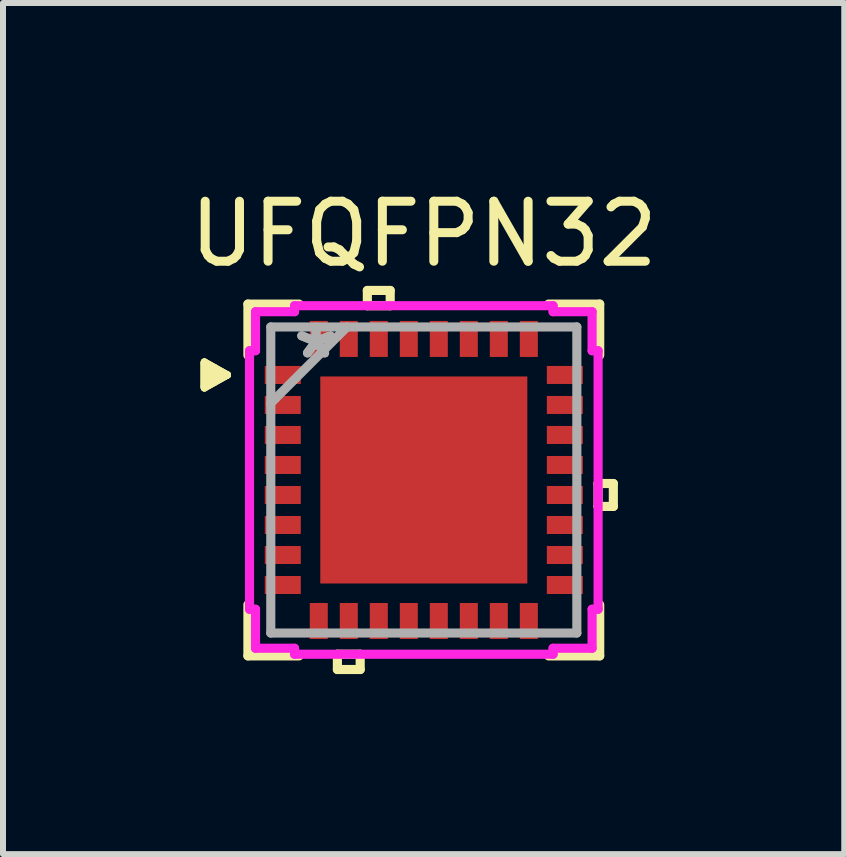
<source format=kicad_pcb>
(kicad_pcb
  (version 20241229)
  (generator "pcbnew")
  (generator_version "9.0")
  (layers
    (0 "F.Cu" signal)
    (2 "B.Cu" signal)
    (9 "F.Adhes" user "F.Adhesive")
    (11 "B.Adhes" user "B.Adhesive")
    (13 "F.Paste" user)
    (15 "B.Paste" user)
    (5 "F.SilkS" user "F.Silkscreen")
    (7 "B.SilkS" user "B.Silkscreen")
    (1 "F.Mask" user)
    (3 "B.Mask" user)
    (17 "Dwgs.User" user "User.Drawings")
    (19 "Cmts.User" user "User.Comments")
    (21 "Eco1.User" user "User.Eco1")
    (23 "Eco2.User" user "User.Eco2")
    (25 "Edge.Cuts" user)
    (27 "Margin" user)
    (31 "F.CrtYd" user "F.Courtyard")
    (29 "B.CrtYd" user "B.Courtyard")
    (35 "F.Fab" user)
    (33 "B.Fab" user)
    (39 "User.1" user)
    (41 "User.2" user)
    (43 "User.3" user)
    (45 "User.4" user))
  (footprint "UFQFPN32"
    (layer "F.Cu")
    (at 4.012 4.948)
    (property "Reference" "UFQFPN32" (at 0 -4.1 0) (layer "F.SilkS") (effects (font (size 1 1) (thickness 0.15))))
    (attr through_hole)
    (fp_line (start -2.65 -1.9) (end -2.65 -1.6) (stroke (width 0.152) (type solid)) (layer "F.Mask"))
    (fp_line (start -2.65 -1.6) (end -2.05 -1.6) (stroke (width 0.152) (type solid)) (layer "F.Mask"))
    (fp_line (start -2.65 -1.4) (end -2.65 -1.1) (stroke (width 0.152) (type solid)) (layer "F.Mask"))
    (fp_line (start -2.65 -1.1) (end -2.05 -1.1) (stroke (width 0.152) (type solid)) (layer "F.Mask"))
    (fp_line (start -2.65 -0.9) (end -2.65 -0.6) (stroke (width 0.152) (type solid)) (layer "F.Mask"))
    (fp_line (start -2.65 -0.6) (end -2.05 -0.6) (stroke (width 0.152) (type solid)) (layer "F.Mask"))
    (fp_line (start -2.65 -0.4) (end -2.65 -0.1) (stroke (width 0.152) (type solid)) (layer "F.Mask"))
    (fp_line (start -2.65 -0.1) (end -2.05 -0.1) (stroke (width 0.152) (type solid)) (layer "F.Mask"))
    (fp_line (start -2.65 0.1) (end -2.65 0.4) (stroke (width 0.152) (type solid)) (layer "F.Mask"))
    (fp_line (start -2.65 0.4) (end -2.05 0.4) (stroke (width 0.152) (type solid)) (layer "F.Mask"))
    (fp_line (start -2.65 0.6) (end -2.65 0.9) (stroke (width 0.152) (type solid)) (layer "F.Mask"))
    (fp_line (start -2.65 0.9) (end -2.05 0.9) (stroke (width 0.152) (type solid)) (layer "F.Mask"))
    (fp_line (start -2.65 1.1) (end -2.65 1.4) (stroke (width 0.152) (type solid)) (layer "F.Mask"))
    (fp_line (start -2.65 1.4) (end -2.05 1.4) (stroke (width 0.152) (type solid)) (layer "F.Mask"))
    (fp_line (start -2.65 1.6) (end -2.65 1.9) (stroke (width 0.152) (type solid)) (layer "F.Mask"))
    (fp_line (start -2.65 1.9) (end -2.05 1.9) (stroke (width 0.152) (type solid)) (layer "F.Mask"))
    (fp_line (start -2.05 -1.9) (end -2.65 -1.9) (stroke (width 0.152) (type solid)) (layer "F.Mask"))
    (fp_line (start -2.05 -1.6) (end -2.05 -1.9) (stroke (width 0.152) (type solid)) (layer "F.Mask"))
    (fp_line (start -2.05 -1.4) (end -2.65 -1.4) (stroke (width 0.152) (type solid)) (layer "F.Mask"))
    (fp_line (start -2.05 -1.1) (end -2.05 -1.4) (stroke (width 0.152) (type solid)) (layer "F.Mask"))
    (fp_line (start -2.05 -0.9) (end -2.65 -0.9) (stroke (width 0.152) (type solid)) (layer "F.Mask"))
    (fp_line (start -2.05 -0.6) (end -2.05 -0.9) (stroke (width 0.152) (type solid)) (layer "F.Mask"))
    (fp_line (start -2.05 -0.4) (end -2.65 -0.4) (stroke (width 0.152) (type solid)) (layer "F.Mask"))
    (fp_line (start -2.05 -0.1) (end -2.05 -0.4) (stroke (width 0.152) (type solid)) (layer "F.Mask"))
    (fp_line (start -2.05 0.1) (end -2.65 0.1) (stroke (width 0.152) (type solid)) (layer "F.Mask"))
    (fp_line (start -2.05 0.4) (end -2.05 0.1) (stroke (width 0.152) (type solid)) (layer "F.Mask"))
    (fp_line (start -2.05 0.6) (end -2.65 0.6) (stroke (width 0.152) (type solid)) (layer "F.Mask"))
    (fp_line (start -2.05 0.9) (end -2.05 0.6) (stroke (width 0.152) (type solid)) (layer "F.Mask"))
    (fp_line (start -2.05 1.1) (end -2.65 1.1) (stroke (width 0.152) (type solid)) (layer "F.Mask"))
    (fp_line (start -2.05 1.4) (end -2.05 1.1) (stroke (width 0.152) (type solid)) (layer "F.Mask"))
    (fp_line (start -2.05 1.6) (end -2.65 1.6) (stroke (width 0.152) (type solid)) (layer "F.Mask"))
    (fp_line (start -2.05 1.9) (end -2.05 1.6) (stroke (width 0.152) (type solid)) (layer "F.Mask"))
    (fp_line (start -1.9 -2.65) (end -1.9 -2.05) (stroke (width 0.152) (type solid)) (layer "F.Mask"))
    (fp_line (start -1.9 -2.05) (end -1.6 -2.05) (stroke (width 0.152) (type solid)) (layer "F.Mask"))
    (fp_line (start -1.9 2.05) (end -1.9 2.65) (stroke (width 0.152) (type solid)) (layer "F.Mask"))
    (fp_line (start -1.9 2.65) (end -1.6 2.65) (stroke (width 0.152) (type solid)) (layer "F.Mask"))
    (fp_line (start -1.75 -1.75) (end -1.75 1.75) (stroke (width 0.12) (type solid)) (layer "F.Mask"))
    (fp_line (start -1.75 1.75) (end 1.75 1.75) (stroke (width 0.12) (type solid)) (layer "F.Mask"))
    (fp_line (start -1.6 -2.65) (end -1.9 -2.65) (stroke (width 0.152) (type solid)) (layer "F.Mask"))
    (fp_line (start -1.6 -2.05) (end -1.6 -2.65) (stroke (width 0.152) (type solid)) (layer "F.Mask"))
    (fp_line (start -1.6 2.05) (end -1.9 2.05) (stroke (width 0.152) (type solid)) (layer "F.Mask"))
    (fp_line (start -1.6 2.65) (end -1.6 2.05) (stroke (width 0.152) (type solid)) (layer "F.Mask"))
    (fp_line (start -1.4 -2.65) (end -1.4 -2.05) (stroke (width 0.152) (type solid)) (layer "F.Mask"))
    (fp_line (start -1.4 -2.05) (end -1.1 -2.05) (stroke (width 0.152) (type solid)) (layer "F.Mask"))
    (fp_line (start -1.4 2.05) (end -1.4 2.65) (stroke (width 0.152) (type solid)) (layer "F.Mask"))
    (fp_line (start -1.4 2.65) (end -1.1 2.65) (stroke (width 0.152) (type solid)) (layer "F.Mask"))
    (fp_line (start -1.1 -2.65) (end -1.4 -2.65) (stroke (width 0.152) (type solid)) (layer "F.Mask"))
    (fp_line (start -1.1 -2.05) (end -1.1 -2.65) (stroke (width 0.152) (type solid)) (layer "F.Mask"))
    (fp_line (start -1.1 2.05) (end -1.4 2.05) (stroke (width 0.152) (type solid)) (layer "F.Mask"))
    (fp_line (start -1.1 2.65) (end -1.1 2.05) (stroke (width 0.152) (type solid)) (layer "F.Mask"))
    (fp_line (start -0.9 -2.65) (end -0.9 -2.05) (stroke (width 0.152) (type solid)) (layer "F.Mask"))
    (fp_line (start -0.9 -2.05) (end -0.6 -2.05) (stroke (width 0.152) (type solid)) (layer "F.Mask"))
    (fp_line (start -0.9 2.05) (end -0.9 2.65) (stroke (width 0.152) (type solid)) (layer "F.Mask"))
    (fp_line (start -0.9 2.65) (end -0.6 2.65) (stroke (width 0.152) (type solid)) (layer "F.Mask"))
    (fp_line (start -0.6 -2.65) (end -0.9 -2.65) (stroke (width 0.152) (type solid)) (layer "F.Mask"))
    (fp_line (start -0.6 -2.05) (end -0.6 -2.65) (stroke (width 0.152) (type solid)) (layer "F.Mask"))
    (fp_line (start -0.6 2.05) (end -0.9 2.05) (stroke (width 0.152) (type solid)) (layer "F.Mask"))
    (fp_line (start -0.6 2.65) (end -0.6 2.05) (stroke (width 0.152) (type solid)) (layer "F.Mask"))
    (fp_line (start -0.4 -2.65) (end -0.4 -2.05) (stroke (width 0.152) (type solid)) (layer "F.Mask"))
    (fp_line (start -0.4 -2.05) (end -0.1 -2.05) (stroke (width 0.152) (type solid)) (layer "F.Mask"))
    (fp_line (start -0.4 2.05) (end -0.4 2.65) (stroke (width 0.152) (type solid)) (layer "F.Mask"))
    (fp_line (start -0.4 2.65) (end -0.1 2.65) (stroke (width 0.152) (type solid)) (layer "F.Mask"))
    (fp_line (start -0.1 -2.65) (end -0.4 -2.65) (stroke (width 0.152) (type solid)) (layer "F.Mask"))
    (fp_line (start -0.1 -2.05) (end -0.1 -2.65) (stroke (width 0.152) (type solid)) (layer "F.Mask"))
    (fp_line (start -0.1 2.05) (end -0.4 2.05) (stroke (width 0.152) (type solid)) (layer "F.Mask"))
    (fp_line (start -0.1 2.65) (end -0.1 2.05) (stroke (width 0.152) (type solid)) (layer "F.Mask"))
    (fp_line (start 0.1 -2.65) (end 0.1 -2.05) (stroke (width 0.152) (type solid)) (layer "F.Mask"))
    (fp_line (start 0.1 -2.05) (end 0.4 -2.05) (stroke (width 0.152) (type solid)) (layer "F.Mask"))
    (fp_line (start 0.1 2.05) (end 0.1 2.65) (stroke (width 0.152) (type solid)) (layer "F.Mask"))
    (fp_line (start 0.1 2.65) (end 0.4 2.65) (stroke (width 0.152) (type solid)) (layer "F.Mask"))
    (fp_line (start 0.4 -2.65) (end 0.1 -2.65) (stroke (width 0.152) (type solid)) (layer "F.Mask"))
    (fp_line (start 0.4 -2.05) (end 0.4 -2.65) (stroke (width 0.152) (type solid)) (layer "F.Mask"))
    (fp_line (start 0.4 2.05) (end 0.1 2.05) (stroke (width 0.152) (type solid)) (layer "F.Mask"))
    (fp_line (start 0.4 2.65) (end 0.4 2.05) (stroke (width 0.152) (type solid)) (layer "F.Mask"))
    (fp_line (start 0.6 -2.65) (end 0.6 -2.05) (stroke (width 0.152) (type solid)) (layer "F.Mask"))
    (fp_line (start 0.6 -2.05) (end 0.9 -2.05) (stroke (width 0.152) (type solid)) (layer "F.Mask"))
    (fp_line (start 0.6 2.05) (end 0.6 2.65) (stroke (width 0.152) (type solid)) (layer "F.Mask"))
    (fp_line (start 0.6 2.65) (end 0.9 2.65) (stroke (width 0.152) (type solid)) (layer "F.Mask"))
    (fp_line (start 0.9 -2.65) (end 0.6 -2.65) (stroke (width 0.152) (type solid)) (layer "F.Mask"))
    (fp_line (start 0.9 -2.05) (end 0.9 -2.65) (stroke (width 0.152) (type solid)) (layer "F.Mask"))
    (fp_line (start 0.9 2.05) (end 0.6 2.05) (stroke (width 0.152) (type solid)) (layer "F.Mask"))
    (fp_line (start 0.9 2.65) (end 0.9 2.05) (stroke (width 0.152) (type solid)) (layer "F.Mask"))
    (fp_line (start 1.1 -2.65) (end 1.1 -2.05) (stroke (width 0.152) (type solid)) (layer "F.Mask"))
    (fp_line (start 1.1 -2.05) (end 1.4 -2.05) (stroke (width 0.152) (type solid)) (layer "F.Mask"))
    (fp_line (start 1.1 2.05) (end 1.1 2.65) (stroke (width 0.152) (type solid)) (layer "F.Mask"))
    (fp_line (start 1.1 2.65) (end 1.4 2.65) (stroke (width 0.152) (type solid)) (layer "F.Mask"))
    (fp_line (start 1.4 -2.65) (end 1.1 -2.65) (stroke (width 0.152) (type solid)) (layer "F.Mask"))
    (fp_line (start 1.4 -2.05) (end 1.4 -2.65) (stroke (width 0.152) (type solid)) (layer "F.Mask"))
    (fp_line (start 1.4 2.05) (end 1.1 2.05) (stroke (width 0.152) (type solid)) (layer "F.Mask"))
    (fp_line (start 1.4 2.65) (end 1.4 2.05) (stroke (width 0.152) (type solid)) (layer "F.Mask"))
    (fp_line (start 1.6 -2.65) (end 1.6 -2.05) (stroke (width 0.152) (type solid)) (layer "F.Mask"))
    (fp_line (start 1.6 -2.05) (end 1.9 -2.05) (stroke (width 0.152) (type solid)) (layer "F.Mask"))
    (fp_line (start 1.6 2.05) (end 1.6 2.65) (stroke (width 0.152) (type solid)) (layer "F.Mask"))
    (fp_line (start 1.6 2.65) (end 1.9 2.65) (stroke (width 0.152) (type solid)) (layer "F.Mask"))
    (fp_line (start 1.75 -1.75) (end -1.75 -1.75) (stroke (width 0.12) (type solid)) (layer "F.Mask"))
    (fp_line (start 1.75 1.75) (end 1.75 -1.75) (stroke (width 0.12) (type solid)) (layer "F.Mask"))
    (fp_line (start 1.9 -2.65) (end 1.6 -2.65) (stroke (width 0.152) (type solid)) (layer "F.Mask"))
    (fp_line (start 1.9 -2.05) (end 1.9 -2.65) (stroke (width 0.152) (type solid)) (layer "F.Mask"))
    (fp_line (start 1.9 2.05) (end 1.6 2.05) (stroke (width 0.152) (type solid)) (layer "F.Mask"))
    (fp_line (start 1.9 2.65) (end 1.9 2.05) (stroke (width 0.152) (type solid)) (layer "F.Mask"))
    (fp_line (start 2.05 -1.9) (end 2.05 -1.6) (stroke (width 0.152) (type solid)) (layer "F.Mask"))
    (fp_line (start 2.05 -1.6) (end 2.65 -1.6) (stroke (width 0.152) (type solid)) (layer "F.Mask"))
    (fp_line (start 2.05 -1.4) (end 2.05 -1.1) (stroke (width 0.152) (type solid)) (layer "F.Mask"))
    (fp_line (start 2.05 -1.1) (end 2.65 -1.1) (stroke (width 0.152) (type solid)) (layer "F.Mask"))
    (fp_line (start 2.05 -0.9) (end 2.05 -0.6) (stroke (width 0.152) (type solid)) (layer "F.Mask"))
    (fp_line (start 2.05 -0.6) (end 2.65 -0.6) (stroke (width 0.152) (type solid)) (layer "F.Mask"))
    (fp_line (start 2.05 -0.4) (end 2.05 -0.1) (stroke (width 0.152) (type solid)) (layer "F.Mask"))
    (fp_line (start 2.05 -0.1) (end 2.65 -0.1) (stroke (width 0.152) (type solid)) (layer "F.Mask"))
    (fp_line (start 2.05 0.1) (end 2.05 0.4) (stroke (width 0.152) (type solid)) (layer "F.Mask"))
    (fp_line (start 2.05 0.4) (end 2.65 0.4) (stroke (width 0.152) (type solid)) (layer "F.Mask"))
    (fp_line (start 2.05 0.6) (end 2.05 0.9) (stroke (width 0.152) (type solid)) (layer "F.Mask"))
    (fp_line (start 2.05 0.9) (end 2.65 0.9) (stroke (width 0.152) (type solid)) (layer "F.Mask"))
    (fp_line (start 2.05 1.1) (end 2.05 1.4) (stroke (width 0.152) (type solid)) (layer "F.Mask"))
    (fp_line (start 2.05 1.4) (end 2.65 1.4) (stroke (width 0.152) (type solid)) (layer "F.Mask"))
    (fp_line (start 2.05 1.6) (end 2.05 1.9) (stroke (width 0.152) (type solid)) (layer "F.Mask"))
    (fp_line (start 2.05 1.9) (end 2.65 1.9) (stroke (width 0.152) (type solid)) (layer "F.Mask"))
    (fp_line (start 2.65 -1.9) (end 2.05 -1.9) (stroke (width 0.152) (type solid)) (layer "F.Mask"))
    (fp_line (start 2.65 -1.6) (end 2.65 -1.9) (stroke (width 0.152) (type solid)) (layer "F.Mask"))
    (fp_line (start 2.65 -1.4) (end 2.05 -1.4) (stroke (width 0.152) (type solid)) (layer "F.Mask"))
    (fp_line (start 2.65 -1.1) (end 2.65 -1.4) (stroke (width 0.152) (type solid)) (layer "F.Mask"))
    (fp_line (start 2.65 -0.9) (end 2.05 -0.9) (stroke (width 0.152) (type solid)) (layer "F.Mask"))
    (fp_line (start 2.65 -0.6) (end 2.65 -0.9) (stroke (width 0.152) (type solid)) (layer "F.Mask"))
    (fp_line (start 2.65 -0.4) (end 2.05 -0.4) (stroke (width 0.152) (type solid)) (layer "F.Mask"))
    (fp_line (start 2.65 -0.1) (end 2.65 -0.4) (stroke (width 0.152) (type solid)) (layer "F.Mask"))
    (fp_line (start 2.65 0.1) (end 2.05 0.1) (stroke (width 0.152) (type solid)) (layer "F.Mask"))
    (fp_line (start 2.65 0.4) (end 2.65 0.1) (stroke (width 0.152) (type solid)) (layer "F.Mask"))
    (fp_line (start 2.65 0.6) (end 2.05 0.6) (stroke (width 0.152) (type solid)) (layer "F.Mask"))
    (fp_line (start 2.65 0.9) (end 2.65 0.6) (stroke (width 0.152) (type solid)) (layer "F.Mask"))
    (fp_line (start 2.65 1.1) (end 2.05 1.1) (stroke (width 0.152) (type solid)) (layer "F.Mask"))
    (fp_line (start 2.65 1.4) (end 2.65 1.1) (stroke (width 0.152) (type solid)) (layer "F.Mask"))
    (fp_line (start 2.65 1.6) (end 2.05 1.6) (stroke (width 0.152) (type solid)) (layer "F.Mask"))
    (fp_line (start 2.65 1.9) (end 2.65 1.6) (stroke (width 0.152) (type solid)) (layer "F.Mask"))
    (fp_line (start -2.931 -2.931) (end -2.931 -2.078) (stroke (width 0.152) (type solid)) (layer "F.SilkS"))
    (fp_line (start -2.931 2.078) (end -2.931 2.931) (stroke (width 0.152) (type solid)) (layer "F.SilkS"))
    (fp_line (start -2.931 2.931) (end -2.078 2.931) (stroke (width 0.152) (type solid)) (layer "F.SilkS"))
    (fp_line (start -2.078 -2.931) (end -2.931 -2.931) (stroke (width 0.152) (type solid)) (layer "F.SilkS"))
    (fp_line (start -1.44 2.904) (end -1.44 3.158) (stroke (width 0.152) (type solid)) (layer "F.SilkS"))
    (fp_line (start -1.44 3.158) (end -1.06 3.158) (stroke (width 0.152) (type solid)) (layer "F.SilkS"))
    (fp_line (start -1.06 2.904) (end -1.44 2.904) (stroke (width 0.152) (type solid)) (layer "F.SilkS"))
    (fp_line (start -1.06 3.158) (end -1.06 2.904) (stroke (width 0.152) (type solid)) (layer "F.SilkS"))
    (fp_line (start -0.941 -3.158) (end -0.56 -3.158) (stroke (width 0.152) (type solid)) (layer "F.SilkS"))
    (fp_line (start -0.941 -2.904) (end -0.941 -3.158) (stroke (width 0.152) (type solid)) (layer "F.SilkS"))
    (fp_line (start -0.56 -3.158) (end -0.56 -2.904) (stroke (width 0.152) (type solid)) (layer "F.SilkS"))
    (fp_line (start -0.56 -2.904) (end -0.941 -2.904) (stroke (width 0.152) (type solid)) (layer "F.SilkS"))
    (fp_line (start 2.078 2.931) (end 2.931 2.931) (stroke (width 0.152) (type solid)) (layer "F.SilkS"))
    (fp_line (start 2.904 0.059) (end 3.158 0.059) (stroke (width 0.152) (type solid)) (layer "F.SilkS"))
    (fp_line (start 2.904 0.441) (end 2.904 0.059) (stroke (width 0.152) (type solid)) (layer "F.SilkS"))
    (fp_line (start 2.931 -2.931) (end 2.078 -2.931) (stroke (width 0.152) (type solid)) (layer "F.SilkS"))
    (fp_line (start 2.931 -2.078) (end 2.931 -2.931) (stroke (width 0.152) (type solid)) (layer "F.SilkS"))
    (fp_line (start 2.931 2.931) (end 2.931 2.078) (stroke (width 0.152) (type solid)) (layer "F.SilkS"))
    (fp_line (start 3.158 0.059) (end 3.158 0.441) (stroke (width 0.152) (type solid)) (layer "F.SilkS"))
    (fp_line (start 3.158 0.441) (end 2.904 0.441) (stroke (width 0.152) (type solid)) (layer "F.SilkS"))
    (fp_line (start -2.65 -1.9) (end -2.65 -1.6) (stroke (width 0.152) (type solid)) (layer "F.Paste"))
    (fp_line (start -2.65 -1.6) (end -2.05 -1.6) (stroke (width 0.152) (type solid)) (layer "F.Paste"))
    (fp_line (start -2.65 -1.4) (end -2.65 -1.1) (stroke (width 0.152) (type solid)) (layer "F.Paste"))
    (fp_line (start -2.65 -1.1) (end -2.05 -1.1) (stroke (width 0.152) (type solid)) (layer "F.Paste"))
    (fp_line (start -2.65 -0.9) (end -2.65 -0.6) (stroke (width 0.152) (type solid)) (layer "F.Paste"))
    (fp_line (start -2.65 -0.6) (end -2.05 -0.6) (stroke (width 0.152) (type solid)) (layer "F.Paste"))
    (fp_line (start -2.65 -0.4) (end -2.65 -0.1) (stroke (width 0.152) (type solid)) (layer "F.Paste"))
    (fp_line (start -2.65 -0.1) (end -2.05 -0.1) (stroke (width 0.152) (type solid)) (layer "F.Paste"))
    (fp_line (start -2.65 0.1) (end -2.65 0.4) (stroke (width 0.152) (type solid)) (layer "F.Paste"))
    (fp_line (start -2.65 0.4) (end -2.05 0.4) (stroke (width 0.152) (type solid)) (layer "F.Paste"))
    (fp_line (start -2.65 0.6) (end -2.65 0.9) (stroke (width 0.152) (type solid)) (layer "F.Paste"))
    (fp_line (start -2.65 0.9) (end -2.05 0.9) (stroke (width 0.152) (type solid)) (layer "F.Paste"))
    (fp_line (start -2.65 1.1) (end -2.65 1.4) (stroke (width 0.152) (type solid)) (layer "F.Paste"))
    (fp_line (start -2.65 1.4) (end -2.05 1.4) (stroke (width 0.152) (type solid)) (layer "F.Paste"))
    (fp_line (start -2.65 1.6) (end -2.65 1.9) (stroke (width 0.152) (type solid)) (layer "F.Paste"))
    (fp_line (start -2.65 1.9) (end -2.05 1.9) (stroke (width 0.152) (type solid)) (layer "F.Paste"))
    (fp_line (start -2.05 -1.9) (end -2.65 -1.9) (stroke (width 0.152) (type solid)) (layer "F.Paste"))
    (fp_line (start -2.05 -1.6) (end -2.05 -1.9) (stroke (width 0.152) (type solid)) (layer "F.Paste"))
    (fp_line (start -2.05 -1.4) (end -2.65 -1.4) (stroke (width 0.152) (type solid)) (layer "F.Paste"))
    (fp_line (start -2.05 -1.1) (end -2.05 -1.4) (stroke (width 0.152) (type solid)) (layer "F.Paste"))
    (fp_line (start -2.05 -0.9) (end -2.65 -0.9) (stroke (width 0.152) (type solid)) (layer "F.Paste"))
    (fp_line (start -2.05 -0.6) (end -2.05 -0.9) (stroke (width 0.152) (type solid)) (layer "F.Paste"))
    (fp_line (start -2.05 -0.4) (end -2.65 -0.4) (stroke (width 0.152) (type solid)) (layer "F.Paste"))
    (fp_line (start -2.05 -0.1) (end -2.05 -0.4) (stroke (width 0.152) (type solid)) (layer "F.Paste"))
    (fp_line (start -2.05 0.1) (end -2.65 0.1) (stroke (width 0.152) (type solid)) (layer "F.Paste"))
    (fp_line (start -2.05 0.4) (end -2.05 0.1) (stroke (width 0.152) (type solid)) (layer "F.Paste"))
    (fp_line (start -2.05 0.6) (end -2.65 0.6) (stroke (width 0.152) (type solid)) (layer "F.Paste"))
    (fp_line (start -2.05 0.9) (end -2.05 0.6) (stroke (width 0.152) (type solid)) (layer "F.Paste"))
    (fp_line (start -2.05 1.1) (end -2.65 1.1) (stroke (width 0.152) (type solid)) (layer "F.Paste"))
    (fp_line (start -2.05 1.4) (end -2.05 1.1) (stroke (width 0.152) (type solid)) (layer "F.Paste"))
    (fp_line (start -2.05 1.6) (end -2.65 1.6) (stroke (width 0.152) (type solid)) (layer "F.Paste"))
    (fp_line (start -2.05 1.9) (end -2.05 1.6) (stroke (width 0.152) (type solid)) (layer "F.Paste"))
    (fp_line (start -1.9 -2.65) (end -1.9 -2.05) (stroke (width 0.152) (type solid)) (layer "F.Paste"))
    (fp_line (start -1.9 -2.05) (end -1.6 -2.05) (stroke (width 0.152) (type solid)) (layer "F.Paste"))
    (fp_line (start -1.9 2.05) (end -1.9 2.65) (stroke (width 0.152) (type solid)) (layer "F.Paste"))
    (fp_line (start -1.9 2.65) (end -1.6 2.65) (stroke (width 0.152) (type solid)) (layer "F.Paste"))
    (fp_line (start -1.75 -1.75) (end -1.75 1.75) (stroke (width 0.12) (type solid)) (layer "F.Paste"))
    (fp_line (start -1.75 1.75) (end 1.75 1.75) (stroke (width 0.12) (type solid)) (layer "F.Paste"))
    (fp_line (start -1.6 -2.65) (end -1.9 -2.65) (stroke (width 0.152) (type solid)) (layer "F.Paste"))
    (fp_line (start -1.6 -2.05) (end -1.6 -2.65) (stroke (width 0.152) (type solid)) (layer "F.Paste"))
    (fp_line (start -1.6 2.05) (end -1.9 2.05) (stroke (width 0.152) (type solid)) (layer "F.Paste"))
    (fp_line (start -1.6 2.65) (end -1.6 2.05) (stroke (width 0.152) (type solid)) (layer "F.Paste"))
    (fp_line (start -1.4 -2.65) (end -1.4 -2.05) (stroke (width 0.152) (type solid)) (layer "F.Paste"))
    (fp_line (start -1.4 -2.05) (end -1.1 -2.05) (stroke (width 0.152) (type solid)) (layer "F.Paste"))
    (fp_line (start -1.4 2.05) (end -1.4 2.65) (stroke (width 0.152) (type solid)) (layer "F.Paste"))
    (fp_line (start -1.4 2.65) (end -1.1 2.65) (stroke (width 0.152) (type solid)) (layer "F.Paste"))
    (fp_line (start -1.1 -2.65) (end -1.4 -2.65) (stroke (width 0.152) (type solid)) (layer "F.Paste"))
    (fp_line (start -1.1 -2.05) (end -1.1 -2.65) (stroke (width 0.152) (type solid)) (layer "F.Paste"))
    (fp_line (start -1.1 2.05) (end -1.4 2.05) (stroke (width 0.152) (type solid)) (layer "F.Paste"))
    (fp_line (start -1.1 2.65) (end -1.1 2.05) (stroke (width 0.152) (type solid)) (layer "F.Paste"))
    (fp_line (start -0.9 -2.65) (end -0.9 -2.05) (stroke (width 0.152) (type solid)) (layer "F.Paste"))
    (fp_line (start -0.9 -2.05) (end -0.6 -2.05) (stroke (width 0.152) (type solid)) (layer "F.Paste"))
    (fp_line (start -0.9 2.05) (end -0.9 2.65) (stroke (width 0.152) (type solid)) (layer "F.Paste"))
    (fp_line (start -0.9 2.65) (end -0.6 2.65) (stroke (width 0.152) (type solid)) (layer "F.Paste"))
    (fp_line (start -0.6 -2.65) (end -0.9 -2.65) (stroke (width 0.152) (type solid)) (layer "F.Paste"))
    (fp_line (start -0.6 -2.05) (end -0.6 -2.65) (stroke (width 0.152) (type solid)) (layer "F.Paste"))
    (fp_line (start -0.6 2.05) (end -0.9 2.05) (stroke (width 0.152) (type solid)) (layer "F.Paste"))
    (fp_line (start -0.6 2.65) (end -0.6 2.05) (stroke (width 0.152) (type solid)) (layer "F.Paste"))
    (fp_line (start -0.4 -2.65) (end -0.4 -2.05) (stroke (width 0.152) (type solid)) (layer "F.Paste"))
    (fp_line (start -0.4 -2.05) (end -0.1 -2.05) (stroke (width 0.152) (type solid)) (layer "F.Paste"))
    (fp_line (start -0.4 2.05) (end -0.4 2.65) (stroke (width 0.152) (type solid)) (layer "F.Paste"))
    (fp_line (start -0.4 2.65) (end -0.1 2.65) (stroke (width 0.152) (type solid)) (layer "F.Paste"))
    (fp_line (start -0.1 -2.65) (end -0.4 -2.65) (stroke (width 0.152) (type solid)) (layer "F.Paste"))
    (fp_line (start -0.1 -2.05) (end -0.1 -2.65) (stroke (width 0.152) (type solid)) (layer "F.Paste"))
    (fp_line (start -0.1 2.05) (end -0.4 2.05) (stroke (width 0.152) (type solid)) (layer "F.Paste"))
    (fp_line (start -0.1 2.65) (end -0.1 2.05) (stroke (width 0.152) (type solid)) (layer "F.Paste"))
    (fp_line (start 0.1 -2.65) (end 0.1 -2.05) (stroke (width 0.152) (type solid)) (layer "F.Paste"))
    (fp_line (start 0.1 -2.05) (end 0.4 -2.05) (stroke (width 0.152) (type solid)) (layer "F.Paste"))
    (fp_line (start 0.1 2.05) (end 0.1 2.65) (stroke (width 0.152) (type solid)) (layer "F.Paste"))
    (fp_line (start 0.1 2.65) (end 0.4 2.65) (stroke (width 0.152) (type solid)) (layer "F.Paste"))
    (fp_line (start 0.4 -2.65) (end 0.1 -2.65) (stroke (width 0.152) (type solid)) (layer "F.Paste"))
    (fp_line (start 0.4 -2.05) (end 0.4 -2.65) (stroke (width 0.152) (type solid)) (layer "F.Paste"))
    (fp_line (start 0.4 2.05) (end 0.1 2.05) (stroke (width 0.152) (type solid)) (layer "F.Paste"))
    (fp_line (start 0.4 2.65) (end 0.4 2.05) (stroke (width 0.152) (type solid)) (layer "F.Paste"))
    (fp_line (start 0.6 -2.65) (end 0.6 -2.05) (stroke (width 0.152) (type solid)) (layer "F.Paste"))
    (fp_line (start 0.6 -2.05) (end 0.9 -2.05) (stroke (width 0.152) (type solid)) (layer "F.Paste"))
    (fp_line (start 0.6 2.05) (end 0.6 2.65) (stroke (width 0.152) (type solid)) (layer "F.Paste"))
    (fp_line (start 0.6 2.65) (end 0.9 2.65) (stroke (width 0.152) (type solid)) (layer "F.Paste"))
    (fp_line (start 0.9 -2.65) (end 0.6 -2.65) (stroke (width 0.152) (type solid)) (layer "F.Paste"))
    (fp_line (start 0.9 -2.05) (end 0.9 -2.65) (stroke (width 0.152) (type solid)) (layer "F.Paste"))
    (fp_line (start 0.9 2.05) (end 0.6 2.05) (stroke (width 0.152) (type solid)) (layer "F.Paste"))
    (fp_line (start 0.9 2.65) (end 0.9 2.05) (stroke (width 0.152) (type solid)) (layer "F.Paste"))
    (fp_line (start 1.1 -2.65) (end 1.1 -2.05) (stroke (width 0.152) (type solid)) (layer "F.Paste"))
    (fp_line (start 1.1 -2.05) (end 1.4 -2.05) (stroke (width 0.152) (type solid)) (layer "F.Paste"))
    (fp_line (start 1.1 2.05) (end 1.1 2.65) (stroke (width 0.152) (type solid)) (layer "F.Paste"))
    (fp_line (start 1.1 2.65) (end 1.4 2.65) (stroke (width 0.152) (type solid)) (layer "F.Paste"))
    (fp_line (start 1.4 -2.65) (end 1.1 -2.65) (stroke (width 0.152) (type solid)) (layer "F.Paste"))
    (fp_line (start 1.4 -2.05) (end 1.4 -2.65) (stroke (width 0.152) (type solid)) (layer "F.Paste"))
    (fp_line (start 1.4 2.05) (end 1.1 2.05) (stroke (width 0.152) (type solid)) (layer "F.Paste"))
    (fp_line (start 1.4 2.65) (end 1.4 2.05) (stroke (width 0.152) (type solid)) (layer "F.Paste"))
    (fp_line (start 1.6 -2.65) (end 1.6 -2.05) (stroke (width 0.152) (type solid)) (layer "F.Paste"))
    (fp_line (start 1.6 -2.05) (end 1.9 -2.05) (stroke (width 0.152) (type solid)) (layer "F.Paste"))
    (fp_line (start 1.6 2.05) (end 1.6 2.65) (stroke (width 0.152) (type solid)) (layer "F.Paste"))
    (fp_line (start 1.6 2.65) (end 1.9 2.65) (stroke (width 0.152) (type solid)) (layer "F.Paste"))
    (fp_line (start 1.75 -1.75) (end -1.75 -1.75) (stroke (width 0.12) (type solid)) (layer "F.Paste"))
    (fp_line (start 1.75 1.75) (end 1.75 -1.75) (stroke (width 0.12) (type solid)) (layer "F.Paste"))
    (fp_line (start 1.9 -2.65) (end 1.6 -2.65) (stroke (width 0.152) (type solid)) (layer "F.Paste"))
    (fp_line (start 1.9 -2.05) (end 1.9 -2.65) (stroke (width 0.152) (type solid)) (layer "F.Paste"))
    (fp_line (start 1.9 2.05) (end 1.6 2.05) (stroke (width 0.152) (type solid)) (layer "F.Paste"))
    (fp_line (start 1.9 2.65) (end 1.9 2.05) (stroke (width 0.152) (type solid)) (layer "F.Paste"))
    (fp_line (start 2.05 -1.9) (end 2.05 -1.6) (stroke (width 0.152) (type solid)) (layer "F.Paste"))
    (fp_line (start 2.05 -1.6) (end 2.65 -1.6) (stroke (width 0.152) (type solid)) (layer "F.Paste"))
    (fp_line (start 2.05 -1.4) (end 2.05 -1.1) (stroke (width 0.152) (type solid)) (layer "F.Paste"))
    (fp_line (start 2.05 -1.1) (end 2.65 -1.1) (stroke (width 0.152) (type solid)) (layer "F.Paste"))
    (fp_line (start 2.05 -0.9) (end 2.05 -0.6) (stroke (width 0.152) (type solid)) (layer "F.Paste"))
    (fp_line (start 2.05 -0.6) (end 2.65 -0.6) (stroke (width 0.152) (type solid)) (layer "F.Paste"))
    (fp_line (start 2.05 -0.4) (end 2.05 -0.1) (stroke (width 0.152) (type solid)) (layer "F.Paste"))
    (fp_line (start 2.05 -0.1) (end 2.65 -0.1) (stroke (width 0.152) (type solid)) (layer "F.Paste"))
    (fp_line (start 2.05 0.1) (end 2.05 0.4) (stroke (width 0.152) (type solid)) (layer "F.Paste"))
    (fp_line (start 2.05 0.4) (end 2.65 0.4) (stroke (width 0.152) (type solid)) (layer "F.Paste"))
    (fp_line (start 2.05 0.6) (end 2.05 0.9) (stroke (width 0.152) (type solid)) (layer "F.Paste"))
    (fp_line (start 2.05 0.9) (end 2.65 0.9) (stroke (width 0.152) (type solid)) (layer "F.Paste"))
    (fp_line (start 2.05 1.1) (end 2.05 1.4) (stroke (width 0.152) (type solid)) (layer "F.Paste"))
    (fp_line (start 2.05 1.4) (end 2.65 1.4) (stroke (width 0.152) (type solid)) (layer "F.Paste"))
    (fp_line (start 2.05 1.6) (end 2.05 1.9) (stroke (width 0.152) (type solid)) (layer "F.Paste"))
    (fp_line (start 2.05 1.9) (end 2.65 1.9) (stroke (width 0.152) (type solid)) (layer "F.Paste"))
    (fp_line (start 2.65 -1.9) (end 2.05 -1.9) (stroke (width 0.152) (type solid)) (layer "F.Paste"))
    (fp_line (start 2.65 -1.6) (end 2.65 -1.9) (stroke (width 0.152) (type solid)) (layer "F.Paste"))
    (fp_line (start 2.65 -1.4) (end 2.05 -1.4) (stroke (width 0.152) (type solid)) (layer "F.Paste"))
    (fp_line (start 2.65 -1.1) (end 2.65 -1.4) (stroke (width 0.152) (type solid)) (layer "F.Paste"))
    (fp_line (start 2.65 -0.9) (end 2.05 -0.9) (stroke (width 0.152) (type solid)) (layer "F.Paste"))
    (fp_line (start 2.65 -0.6) (end 2.65 -0.9) (stroke (width 0.152) (type solid)) (layer "F.Paste"))
    (fp_line (start 2.65 -0.4) (end 2.05 -0.4) (stroke (width 0.152) (type solid)) (layer "F.Paste"))
    (fp_line (start 2.65 -0.1) (end 2.65 -0.4) (stroke (width 0.152) (type solid)) (layer "F.Paste"))
    (fp_line (start 2.65 0.1) (end 2.05 0.1) (stroke (width 0.152) (type solid)) (layer "F.Paste"))
    (fp_line (start 2.65 0.4) (end 2.65 0.1) (stroke (width 0.152) (type solid)) (layer "F.Paste"))
    (fp_line (start 2.65 0.6) (end 2.05 0.6) (stroke (width 0.152) (type solid)) (layer "F.Paste"))
    (fp_line (start 2.65 0.9) (end 2.65 0.6) (stroke (width 0.152) (type solid)) (layer "F.Paste"))
    (fp_line (start 2.65 1.1) (end 2.05 1.1) (stroke (width 0.152) (type solid)) (layer "F.Paste"))
    (fp_line (start 2.65 1.4) (end 2.65 1.1) (stroke (width 0.152) (type solid)) (layer "F.Paste"))
    (fp_line (start 2.65 1.6) (end 2.05 1.6) (stroke (width 0.152) (type solid)) (layer "F.Paste"))
    (fp_line (start 2.65 1.9) (end 2.65 1.6) (stroke (width 0.152) (type solid)) (layer "F.Paste"))
    (fp_line (start -2.904 -2.154) (end -2.804 -2.154) (stroke (width 0.152) (type solid)) (layer "F.CrtYd"))
    (fp_line (start -2.904 2.154) (end -2.904 -2.154) (stroke (width 0.152) (type solid)) (layer "F.CrtYd"))
    (fp_line (start -2.804 -2.804) (end -2.154 -2.804) (stroke (width 0.152) (type solid)) (layer "F.CrtYd"))
    (fp_line (start -2.804 -2.154) (end -2.804 -2.804) (stroke (width 0.152) (type solid)) (layer "F.CrtYd"))
    (fp_line (start -2.804 2.154) (end -2.904 2.154) (stroke (width 0.152) (type solid)) (layer "F.CrtYd"))
    (fp_line (start -2.804 2.804) (end -2.804 2.154) (stroke (width 0.152) (type solid)) (layer "F.CrtYd"))
    (fp_line (start -2.154 -2.904) (end 2.154 -2.904) (stroke (width 0.152) (type solid)) (layer "F.CrtYd"))
    (fp_line (start -2.154 -2.804) (end -2.154 -2.904) (stroke (width 0.152) (type solid)) (layer "F.CrtYd"))
    (fp_line (start -2.154 2.804) (end -2.804 2.804) (stroke (width 0.152) (type solid)) (layer "F.CrtYd"))
    (fp_line (start -2.154 2.904) (end -2.154 2.804) (stroke (width 0.152) (type solid)) (layer "F.CrtYd"))
    (fp_line (start 2.154 -2.904) (end 2.154 -2.804) (stroke (width 0.152) (type solid)) (layer "F.CrtYd"))
    (fp_line (start 2.154 -2.804) (end 2.804 -2.804) (stroke (width 0.152) (type solid)) (layer "F.CrtYd"))
    (fp_line (start 2.154 2.804) (end 2.154 2.904) (stroke (width 0.152) (type solid)) (layer "F.CrtYd"))
    (fp_line (start 2.154 2.904) (end -2.154 2.904) (stroke (width 0.152) (type solid)) (layer "F.CrtYd"))
    (fp_line (start 2.804 -2.804) (end 2.804 -2.154) (stroke (width 0.152) (type solid)) (layer "F.CrtYd"))
    (fp_line (start 2.804 -2.154) (end 2.904 -2.154) (stroke (width 0.152) (type solid)) (layer "F.CrtYd"))
    (fp_line (start 2.804 2.154) (end 2.804 2.804) (stroke (width 0.152) (type solid)) (layer "F.CrtYd"))
    (fp_line (start 2.804 2.804) (end 2.154 2.804) (stroke (width 0.152) (type solid)) (layer "F.CrtYd"))
    (fp_line (start 2.904 -2.154) (end 2.904 2.154) (stroke (width 0.152) (type solid)) (layer "F.CrtYd"))
    (fp_line (start 2.904 2.154) (end 2.804 2.154) (stroke (width 0.152) (type solid)) (layer "F.CrtYd"))
    (fp_line (start -2.55 -2.55) (end -2.55 2.55) (stroke (width 0.152) (type solid)) (layer "F.Fab"))
    (fp_line (start -2.55 -1.28) (end -1.28 -2.55) (stroke (width 0.152) (type solid)) (layer "F.Fab"))
    (fp_line (start -2.55 2.55) (end 2.55 2.55) (stroke (width 0.152) (type solid)) (layer "F.Fab"))
    (fp_line (start 2.55 -2.55) (end -2.55 -2.55) (stroke (width 0.152) (type solid)) (layer "F.Fab"))
    (fp_line (start 2.55 2.55) (end 2.55 -2.55) (stroke (width 0.152) (type solid)) (layer "F.Fab"))
    (fp_text user "▼" (at -3.5 -1.75 90) (layer "F.SilkS") (effects (font (size 0.5 0.5) (thickness 0.125))))
    (fp_text user "▼" (at -3.5 -1.75 90) (layer "F.SilkS") (effects (font (size 0.5 0.5) (thickness 0.12))))
    (fp_text user "*" (at -1.796 -2 0) (layer "F.Fab") (effects (font (size 1 1) (thickness 0.15))))
    (fp_text user "*" (at -1.796 -2 0) (layer "F.Fab") (effects (font (size 1 1) (thickness 0.15))))
    (pad "1" smd rect (at -2.35 -1.75 90) (size 0.3 0.6) (layers "F.Cu" "F.Mask" "F.Paste"))
    (pad "2" smd rect (at -2.35 -1.25 90) (size 0.3 0.6) (layers "F.Cu" "F.Mask" "F.Paste"))
    (pad "3" smd rect (at -2.35 -0.75 90) (size 0.3 0.6) (layers "F.Cu" "F.Mask" "F.Paste"))
    (pad "4" smd rect (at -2.35 -0.25 90) (size 0.3 0.6) (layers "F.Cu" "F.Mask" "F.Paste"))
    (pad "5" smd rect (at -2.35 0.25 90) (size 0.3 0.6) (layers "F.Cu" "F.Mask" "F.Paste"))
    (pad "6" smd rect (at -2.35 0.75 90) (size 0.3 0.6) (layers "F.Cu" "F.Mask" "F.Paste"))
    (pad "7" smd rect (at -2.35 1.25 90) (size 0.3 0.6) (layers "F.Cu" "F.Mask" "F.Paste"))
    (pad "8" smd rect (at -2.35 1.75 90) (size 0.3 0.6) (layers "F.Cu" "F.Mask" "F.Paste"))
    (pad "9" smd rect (at -1.75 2.35) (size 0.3 0.6) (layers "F.Cu" "F.Mask" "F.Paste"))
    (pad "10" smd rect (at -1.25 2.35) (size 0.3 0.6) (layers "F.Cu" "F.Mask" "F.Paste"))
    (pad "11" smd rect (at -0.75 2.35) (size 0.3 0.6) (layers "F.Cu" "F.Mask" "F.Paste"))
    (pad "12" smd rect (at -0.25 2.35) (size 0.3 0.6) (layers "F.Cu" "F.Mask" "F.Paste"))
    (pad "13" smd rect (at 0.25 2.35) (size 0.3 0.6) (layers "F.Cu" "F.Mask" "F.Paste"))
    (pad "14" smd rect (at 0.75 2.35) (size 0.3 0.6) (layers "F.Cu" "F.Mask" "F.Paste"))
    (pad "15" smd rect (at 1.25 2.35) (size 0.3 0.6) (layers "F.Cu" "F.Mask" "F.Paste"))
    (pad "16" smd rect (at 1.75 2.35) (size 0.3 0.6) (layers "F.Cu" "F.Mask" "F.Paste"))
    (pad "17" smd rect (at 2.35 1.75 90) (size 0.3 0.6) (layers "F.Cu" "F.Mask" "F.Paste"))
    (pad "18" smd rect (at 2.35 1.25 90) (size 0.3 0.6) (layers "F.Cu" "F.Mask" "F.Paste"))
    (pad "19" smd rect (at 2.35 0.75 90) (size 0.3 0.6) (layers "F.Cu" "F.Mask" "F.Paste"))
    (pad "20" smd rect (at 2.35 0.25 90) (size 0.3 0.6) (layers "F.Cu" "F.Mask" "F.Paste"))
    (pad "21" smd rect (at 2.35 -0.25 90) (size 0.3 0.6) (layers "F.Cu" "F.Mask" "F.Paste"))
    (pad "22" smd rect (at 2.35 -0.75 90) (size 0.3 0.6) (layers "F.Cu" "F.Mask" "F.Paste"))
    (pad "23" smd rect (at 2.35 -1.25 90) (size 0.3 0.6) (layers "F.Cu" "F.Mask" "F.Paste"))
    (pad "24" smd rect (at 2.35 -1.75 90) (size 0.3 0.6) (layers "F.Cu" "F.Mask" "F.Paste"))
    (pad "25" smd rect (at 1.75 -2.35) (size 0.3 0.6) (layers "F.Cu" "F.Mask" "F.Paste"))
    (pad "26" smd rect (at 1.25 -2.35) (size 0.3 0.6) (layers "F.Cu" "F.Mask" "F.Paste"))
    (pad "27" smd rect (at 0.75 -2.35) (size 0.3 0.6) (layers "F.Cu" "F.Mask" "F.Paste"))
    (pad "28" smd rect (at 0.25 -2.35) (size 0.3 0.6) (layers "F.Cu" "F.Mask" "F.Paste"))
    (pad "29" smd rect (at -0.25 -2.35) (size 0.3 0.6) (layers "F.Cu" "F.Mask" "F.Paste"))
    (pad "30" smd rect (at -0.75 -2.35) (size 0.3 0.6) (layers "F.Cu" "F.Mask" "F.Paste"))
    (pad "31" smd rect (at -1.25 -2.35) (size 0.3 0.6) (layers "F.Cu" "F.Mask" "F.Paste"))
    (pad "32" smd rect (at -1.75 -2.35) (size 0.3 0.6) (layers "F.Cu" "F.Mask" "F.Paste"))
    (pad "33" smd rect (at 0 0) (size 3.45 3.45) (layers "F.Cu" "F.Mask" "F.Paste")))
  (gr_rect
    (start -3 -3)
    (end 11.018 11.182)
    (stroke (width 0.1) (type default))
    (fill no)
    (layer "Edge.Cuts")))
</source>
